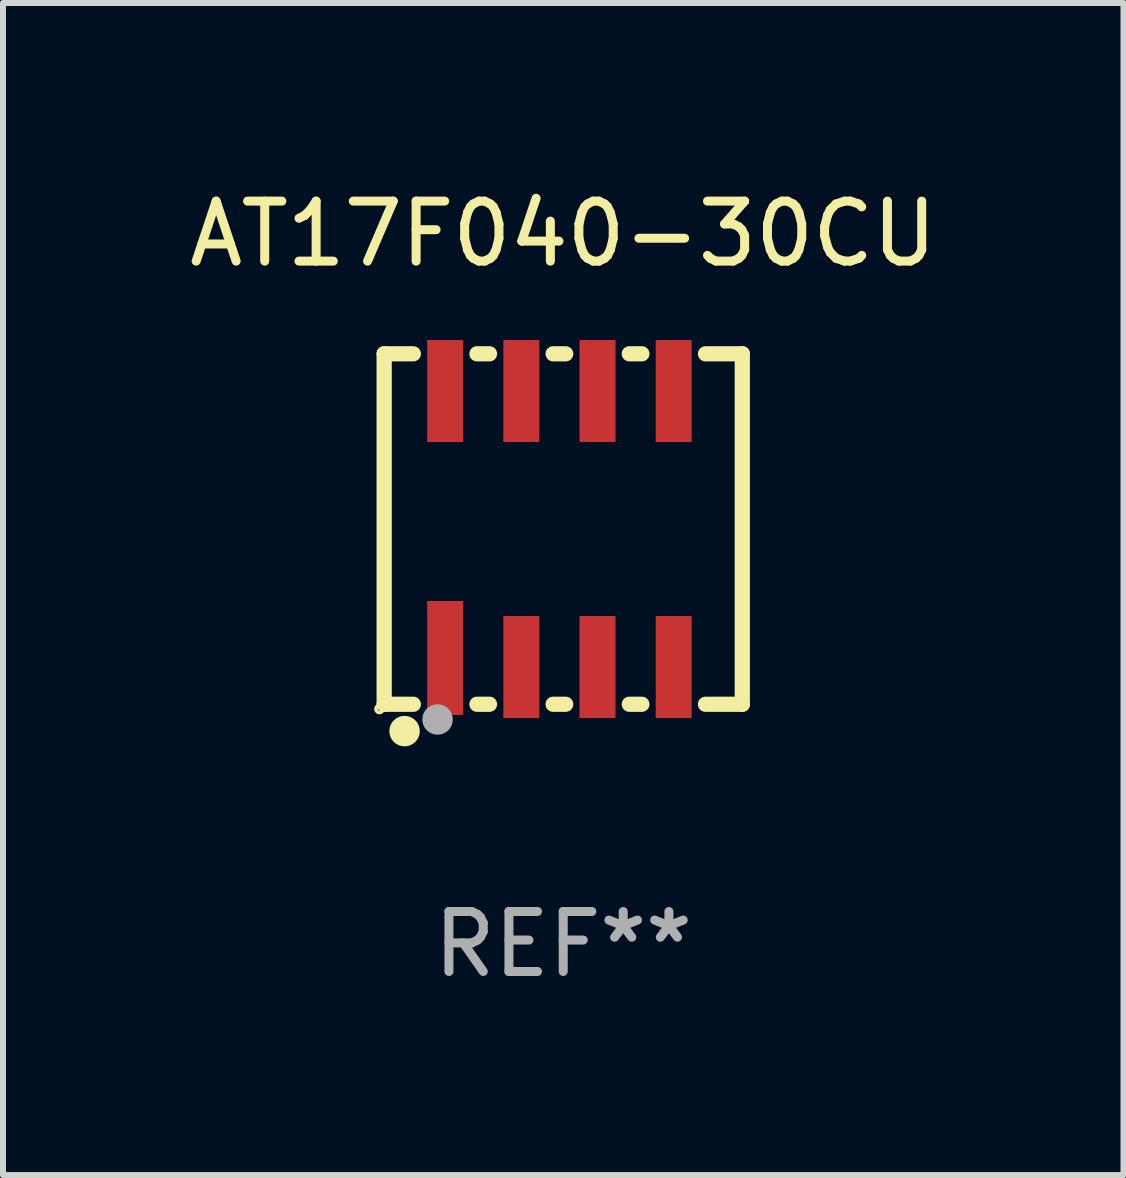
<source format=kicad_pcb>
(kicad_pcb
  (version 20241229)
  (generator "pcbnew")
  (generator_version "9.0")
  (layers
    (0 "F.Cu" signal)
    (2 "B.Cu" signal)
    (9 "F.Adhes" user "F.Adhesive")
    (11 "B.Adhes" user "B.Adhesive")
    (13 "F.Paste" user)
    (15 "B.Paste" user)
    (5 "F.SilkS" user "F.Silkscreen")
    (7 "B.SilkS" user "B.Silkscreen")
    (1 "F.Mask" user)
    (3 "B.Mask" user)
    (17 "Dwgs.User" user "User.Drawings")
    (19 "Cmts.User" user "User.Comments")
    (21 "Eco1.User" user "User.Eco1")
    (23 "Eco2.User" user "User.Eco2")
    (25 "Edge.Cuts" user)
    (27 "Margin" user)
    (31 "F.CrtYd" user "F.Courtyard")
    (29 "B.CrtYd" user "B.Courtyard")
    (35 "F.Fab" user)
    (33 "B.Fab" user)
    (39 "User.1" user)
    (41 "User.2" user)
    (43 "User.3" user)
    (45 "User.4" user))
  (footprint "AT17F040-30CU"
    (layer "F.Cu")
    (at 6.339 5.769)
    (property "Reference" "AT17F040-30CU" (at 0 -4.921 0) (layer "F.SilkS") (effects (font (size 1 1) (thickness 0.15))))
    (attr through_hole)
    (fp_line (start -2.985 -2.921) (end -2.985 2.921) (stroke (width 0.254) (type solid)) (layer "F.SilkS"))
    (fp_line (start -2.985 2.921) (end -2.499 2.921) (stroke (width 0.254) (type solid)) (layer "F.SilkS"))
    (fp_line (start -2.499 -2.921) (end -2.985 -2.921) (stroke (width 0.254) (type solid)) (layer "F.SilkS"))
    (fp_line (start -1.438 2.921) (end -1.229 2.921) (stroke (width 0.254) (type solid)) (layer "F.SilkS"))
    (fp_line (start -1.229 -2.921) (end -1.438 -2.921) (stroke (width 0.254) (type solid)) (layer "F.SilkS"))
    (fp_line (start -0.168 2.921) (end 0.041 2.921) (stroke (width 0.254) (type solid)) (layer "F.SilkS"))
    (fp_line (start 0.041 -2.921) (end -0.168 -2.921) (stroke (width 0.254) (type solid)) (layer "F.SilkS"))
    (fp_line (start 1.102 2.921) (end 1.311 2.921) (stroke (width 0.254) (type solid)) (layer "F.SilkS"))
    (fp_line (start 1.311 -2.921) (end 1.102 -2.921) (stroke (width 0.254) (type solid)) (layer "F.SilkS"))
    (fp_line (start 2.372 2.921) (end 2.985 2.921) (stroke (width 0.254) (type solid)) (layer "F.SilkS"))
    (fp_line (start 2.985 -2.921) (end 2.372 -2.921) (stroke (width 0.254) (type solid)) (layer "F.SilkS"))
    (fp_line (start 2.985 2.921) (end 2.985 -2.921) (stroke (width 0.254) (type solid)) (layer "F.SilkS"))
    (fp_circle (center -3.063 3) (end -3.034 3) (stroke (width 0.06) (type solid)) (fill no) (layer "F.SilkS"))
    (fp_circle (center -2.645 3.369) (end -2.518 3.369) (stroke (width 0.254) (type solid)) (fill no) (layer "F.SilkS"))
    (fp_circle (center -2.095 3.175) (end -1.968 3.175) (stroke (width 0.254) (type solid)) (fill no) (layer "F.Fab"))
    (fp_text user "REF**" (at 0 6.921 0) (layer "F.Fab") (effects (font (size 1 1) (thickness 0.15))))
    (pad "1" smd rect (at -1.968 2.15 90) (size 1.9 0.6) (layers "F.Cu" "F.Mask" "F.Paste"))
    (pad "2" smd rect (at -0.698 2.3 90) (size 1.7 0.6) (layers "F.Cu" "F.Mask" "F.Paste"))
    (pad "3" smd rect (at 0.572 2.3 90) (size 1.7 0.6) (layers "F.Cu" "F.Mask" "F.Paste"))
    (pad "4" smd rect (at 1.842 2.3 90) (size 1.7 0.6) (layers "F.Cu" "F.Mask" "F.Paste"))
    (pad "5" smd rect (at 1.842 -2.3 90) (size 1.7 0.6) (layers "F.Cu" "F.Mask" "F.Paste"))
    (pad "6" smd rect (at 0.572 -2.3 90) (size 1.7 0.6) (layers "F.Cu" "F.Mask" "F.Paste"))
    (pad "7" smd rect (at -0.698 -2.3 90) (size 1.7 0.6) (layers "F.Cu" "F.Mask" "F.Paste"))
    (pad "8" smd rect (at -1.968 -2.3 90) (size 1.7 0.6) (layers "F.Cu" "F.Mask" "F.Paste")))
  (gr_rect
    (start -3 -3)
    (end 15.679 16.539)
    (stroke (width 0.1) (type default))
    (fill no)
    (layer "Edge.Cuts")))
</source>
